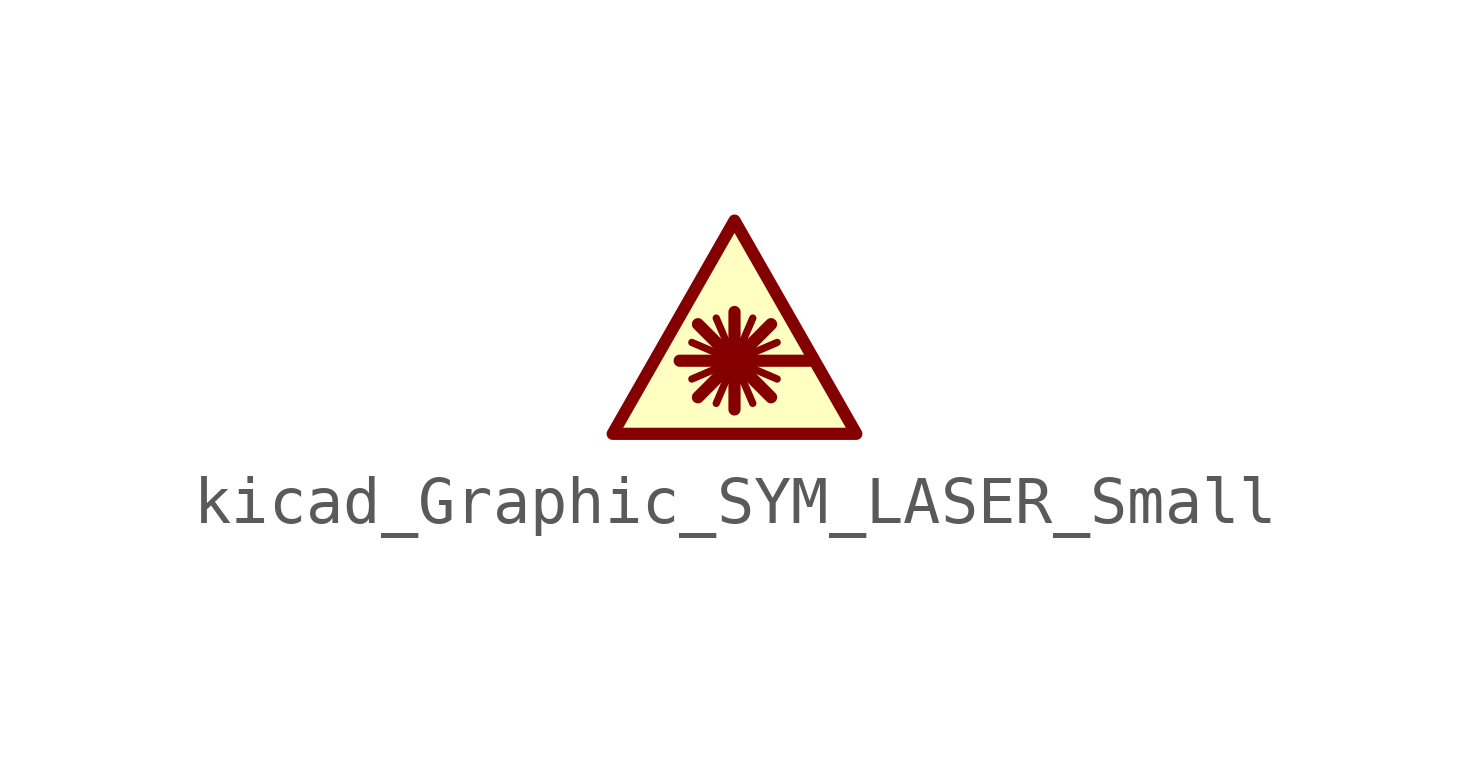
<source format=kicad_sym>
(kicad_symbol_lib
  (version 20220914)
  (generator kicad_symbol_editor)
  (symbol "kicad_Graphic_SYM_LASER_Small"
    (property "Reference" "#SYM"
      (at 0 3.556 0)
      (effects (font (size 1.27 1.27)) hide))
    (symbol "kicad_Graphic_SYM_LASER_Small_0_1"
      (polyline (pts (xy -1.143 -0.381) (xy 1.651 -0.381)) (stroke (width 0.254) (type default)) (fill (type none)))
      (polyline (pts (xy -0.889 -0.762) (xy 0.889 0)) (stroke (width 0) (type default)) (fill (type none)))
      (polyline (pts (xy -0.889 0) (xy 0.889 -0.762)) (stroke (width 0) (type default)) (fill (type none)))
      (polyline (pts (xy -0.762 -1.143) (xy 0.762 0.381)) (stroke (width 0.254) (type default)) (fill (type none)))
      (polyline (pts (xy -0.381 0.508) (xy 0.381 -1.27)) (stroke (width 0) (type default)) (fill (type none)))
      (polyline (pts (xy 0 -1.397) (xy 0 0.635)) (stroke (width 0.254) (type default)) (fill (type none)))
      (polyline (pts (xy 0.381 0.508) (xy -0.381 -1.27)) (stroke (width 0) (type default)) (fill (type none)))
      (polyline (pts (xy 0.762 -1.143) (xy -0.762 0.381)) (stroke (width 0.254) (type default)) (fill (type none)))
      (polyline (pts (xy -2.54 -1.905) (xy 2.54 -1.905) (xy 0 2.54) (xy -2.54 -1.905)) (stroke (width 0.254) (type default)) (fill (type background))))))
</source>
